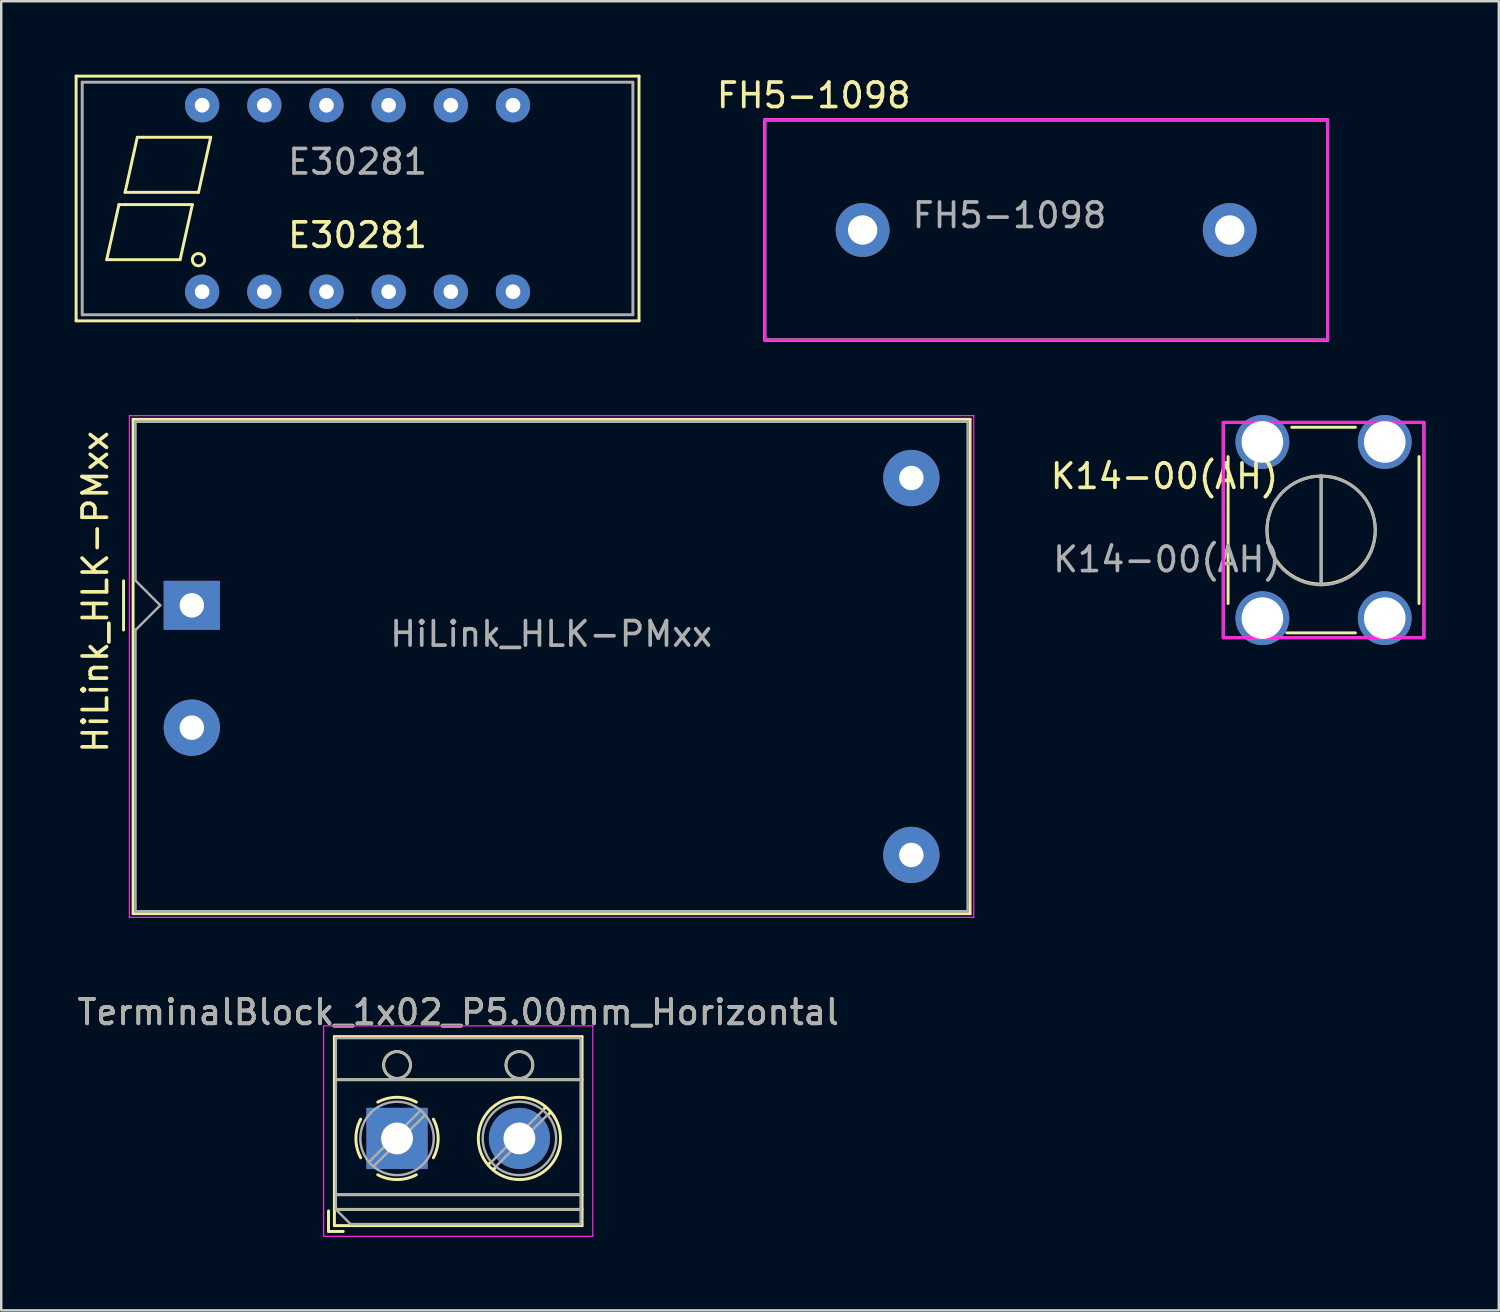
<source format=kicad_pcb>
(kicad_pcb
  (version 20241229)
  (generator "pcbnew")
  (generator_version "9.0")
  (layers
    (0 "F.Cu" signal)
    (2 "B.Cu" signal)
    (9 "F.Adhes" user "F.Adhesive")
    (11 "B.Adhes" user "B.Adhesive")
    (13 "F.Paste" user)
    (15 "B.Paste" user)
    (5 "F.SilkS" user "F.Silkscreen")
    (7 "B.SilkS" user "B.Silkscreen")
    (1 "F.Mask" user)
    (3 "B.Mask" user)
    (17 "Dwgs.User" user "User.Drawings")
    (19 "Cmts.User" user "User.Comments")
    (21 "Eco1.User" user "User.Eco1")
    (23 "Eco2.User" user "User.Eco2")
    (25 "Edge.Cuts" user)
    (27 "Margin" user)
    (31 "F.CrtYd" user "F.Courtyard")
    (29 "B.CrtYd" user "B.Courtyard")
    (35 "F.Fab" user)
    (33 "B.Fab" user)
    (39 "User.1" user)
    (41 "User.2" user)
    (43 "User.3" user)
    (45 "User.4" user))
  (footprint "FH5-1098"
    (layer "F.Cu")
    (at 34.197 4.348)
    (property "Reference" "FH5-1098" (at -4 -3.5 0) (layer "F.SilkS") (effects (font (size 1 1) (thickness 0.15))))
    (attr through_hole)
    (fp_line (start -6 -2.5) (end 17 -2.5) (stroke (width 0.12) (type solid)) (layer "F.SilkS"))
    (fp_line (start -6 6.5) (end -6 -2.5) (stroke (width 0.12) (type solid)) (layer "F.SilkS"))
    (fp_line (start 17 -2.5) (end 17 6.5) (stroke (width 0.12) (type solid)) (layer "F.SilkS"))
    (fp_line (start 17 6.5) (end -6 6.5) (stroke (width 0.12) (type solid)) (layer "F.SilkS"))
    (fp_line (start -6 -2.5) (end 17 -2.5) (stroke (width 0.12) (type solid)) (layer "F.CrtYd"))
    (fp_line (start -6 6.5) (end -6 -2.5) (stroke (width 0.12) (type solid)) (layer "F.CrtYd"))
    (fp_line (start 17 -2.5) (end 17 6.5) (stroke (width 0.12) (type solid)) (layer "F.CrtYd"))
    (fp_line (start 17 6.5) (end -6 6.5) (stroke (width 0.12) (type solid)) (layer "F.CrtYd"))
    (fp_line (start -6 -2.5) (end 17 -2.5) (stroke (width 0.12) (type solid)) (layer "F.Fab"))
    (fp_line (start -6 6.5) (end -6 -2.5) (stroke (width 0.12) (type solid)) (layer "F.Fab"))
    (fp_line (start 17 -2.5) (end 17 6.5) (stroke (width 0.12) (type solid)) (layer "F.Fab"))
    (fp_line (start 17 6.5) (end -6 6.5) (stroke (width 0.12) (type solid)) (layer "F.Fab"))
    (fp_text user "${REFERENCE}" (at 4 1.4 0) (layer "F.Fab") (effects (font (size 1 1) (thickness 0.15))))
    (pad "1" thru_hole circle (at -2 2) (size 2.2 2.2) (drill 1.2) (layers "*.Cu" "*.Mask"))
    (pad "2" thru_hole circle (at 13 2) (size 2.2 2.2) (drill 1.2) (layers "*.Cu" "*.Mask")))
  (footprint "HiLink_HLK-PMxx"
    (layer "F.Cu")
    (at 4.788 21.683)
    (property "Reference" "HiLink_HLK-PMxx" (at -3.94 -0.55 90) (layer "F.SilkS") (effects (font (size 1 1) (thickness 0.15))))
    (attr through_hole)
    (fp_line (start -2.79 -1) (end -2.79 1.01) (stroke (width 0.12) (type solid)) (layer "F.SilkS"))
    (fp_line (start -2.4 -7.6) (end -2.4 12.6) (stroke (width 0.12) (type solid)) (layer "F.SilkS"))
    (fp_line (start -2.4 12.6) (end 31.8 12.6) (stroke (width 0.12) (type solid)) (layer "F.SilkS"))
    (fp_line (start 31.8 -7.6) (end -2.4 -7.6) (stroke (width 0.12) (type solid)) (layer "F.SilkS"))
    (fp_line (start 31.8 12.6) (end 31.8 -7.6) (stroke (width 0.12) (type solid)) (layer "F.SilkS"))
    (fp_line (start -2.55 -7.75) (end -2.55 12.75) (stroke (width 0.05) (type solid)) (layer "F.CrtYd"))
    (fp_line (start -2.55 12.75) (end 31.95 12.75) (stroke (width 0.05) (type solid)) (layer "F.CrtYd"))
    (fp_line (start 31.95 -7.75) (end -2.55 -7.75) (stroke (width 0.05) (type solid)) (layer "F.CrtYd"))
    (fp_line (start 31.95 12.75) (end 31.95 -7.75) (stroke (width 0.05) (type solid)) (layer "F.CrtYd"))
    (fp_line (start -2.3 -7.5) (end 31.7 -7.5) (stroke (width 0.1) (type solid)) (layer "F.Fab"))
    (fp_line (start -2.3 -1) (end -2.3 -7.5) (stroke (width 0.1) (type solid)) (layer "F.Fab"))
    (fp_line (start -2.3 12.5) (end -2.3 0.99) (stroke (width 0.1) (type solid)) (layer "F.Fab"))
    (fp_line (start -2.3 12.5) (end 31.7 12.5) (stroke (width 0.1) (type solid)) (layer "F.Fab"))
    (fp_line (start -2.29 -1) (end -1.29 0) (stroke (width 0.1) (type solid)) (layer "F.Fab"))
    (fp_line (start -1.29 0) (end -2.29 1) (stroke (width 0.1) (type solid)) (layer "F.Fab"))
    (fp_line (start 31.7 12.5) (end 31.7 -7.5) (stroke (width 0.1) (type solid)) (layer "F.Fab"))
    (fp_text user "${REFERENCE}" (at 14.68 1.17 0) (layer "F.Fab") (effects (font (size 1 1) (thickness 0.15))))
    (pad "1" thru_hole rect (at 0 0) (size 2.3 2) (drill 1) (layers "*.Cu" "*.Mask"))
    (pad "2" thru_hole circle (at 0 5) (size 2.3 2.3) (drill 1) (layers "*.Cu" "*.Mask"))
    (pad "3" thru_hole circle (at 29.4 -5.2) (size 2.3 2.3) (drill 1) (layers "*.Cu" "*.Mask"))
    (pad "4" thru_hole circle (at 29.4 10.2) (size 2.3 2.3) (drill 1) (layers "*.Cu" "*.Mask")))
  (footprint "E30281"
    (layer "F.Cu")
    (at 11.56 5.06)
    (property "Reference" "E30281" (at 0 1.5 0) (layer "F.SilkS") (effects (font (size 1 1) (thickness 0.15))))
    (attr through_hole)
    (fp_line (start -11.5 -5) (end 11.5 -5) (stroke (width 0.12) (type solid)) (layer "F.SilkS"))
    (fp_line (start -11.5 5) (end -11.5 -5) (stroke (width 0.12) (type solid)) (layer "F.SilkS"))
    (fp_line (start -10.25 2.5) (end -9.75 0.25) (stroke (width 0.12) (type solid)) (layer "F.SilkS"))
    (fp_line (start -9.75 0.25) (end -9.5 0.25) (stroke (width 0.12) (type solid)) (layer "F.SilkS"))
    (fp_line (start -9.5 -0.25) (end -9 -2.5) (stroke (width 0.12) (type solid)) (layer "F.SilkS"))
    (fp_line (start -9.5 0.25) (end -6.75 0.25) (stroke (width 0.12) (type solid)) (layer "F.SilkS"))
    (fp_line (start -9 -2.5) (end -8.75 -2.5) (stroke (width 0.12) (type solid)) (layer "F.SilkS"))
    (fp_line (start -8.75 -2.5) (end -6 -2.5) (stroke (width 0.12) (type solid)) (layer "F.SilkS"))
    (fp_line (start -7.25 2.5) (end -10.25 2.5) (stroke (width 0.12) (type solid)) (layer "F.SilkS"))
    (fp_line (start -6.75 0.25) (end -7.25 2.5) (stroke (width 0.12) (type solid)) (layer "F.SilkS"))
    (fp_line (start -6.5 -0.25) (end -9.5 -0.25) (stroke (width 0.12) (type solid)) (layer "F.SilkS"))
    (fp_line (start -6 -2.5) (end -6.5 -0.25) (stroke (width 0.12) (type solid)) (layer "F.SilkS"))
    (fp_line (start 0 5) (end -11.5 5) (stroke (width 0.12) (type solid)) (layer "F.SilkS"))
    (fp_line (start 11.5 -5) (end 11.5 5) (stroke (width 0.12) (type solid)) (layer "F.SilkS"))
    (fp_line (start 11.5 5) (end 0 5) (stroke (width 0.12) (type solid)) (layer "F.SilkS"))
    (fp_circle (center -6.5 2.5) (end -6.25 2.5) (stroke (width 0.12) (type solid)) (fill no) (layer "F.SilkS"))
    (fp_line (start -11.25 -4.75) (end 11.25 -4.75) (stroke (width 0.12) (type solid)) (layer "F.Fab"))
    (fp_line (start -11.25 4.75) (end -11.25 -4.75) (stroke (width 0.12) (type solid)) (layer "F.Fab"))
    (fp_line (start 11.25 -4.75) (end 11.25 4.75) (stroke (width 0.12) (type solid)) (layer "F.Fab"))
    (fp_line (start 11.25 4.75) (end -11.25 4.75) (stroke (width 0.12) (type solid)) (layer "F.Fab"))
    (fp_text user "${REFERENCE}" (at 0 -1.5 0) (layer "F.Fab") (effects (font (size 1 1) (thickness 0.15))))
    (pad "1" thru_hole circle (at -6.35 3.81) (size 1.4 1.4) (drill 0.6) (layers "*.Cu" "*.Mask"))
    (pad "2" thru_hole circle (at -3.81 3.81) (size 1.4 1.4) (drill 0.6) (layers "*.Cu" "*.Mask"))
    (pad "3" thru_hole circle (at -1.27 3.81) (size 1.4 1.4) (drill 0.6) (layers "*.Cu" "*.Mask"))
    (pad "4" thru_hole circle (at 1.27 3.81) (size 1.4 1.4) (drill 0.6) (layers "*.Cu" "*.Mask"))
    (pad "5" thru_hole circle (at 3.81 3.81) (size 1.4 1.4) (drill 0.6) (layers "*.Cu" "*.Mask"))
    (pad "6" thru_hole circle (at 6.35 3.81) (size 1.4 1.4) (drill 0.6) (layers "*.Cu" "*.Mask"))
    (pad "7" thru_hole circle (at 6.35 -3.81) (size 1.4 1.4) (drill 0.6) (layers "*.Cu" "*.Mask"))
    (pad "8" thru_hole circle (at 3.81 -3.81) (size 1.4 1.4) (drill 0.6) (layers "*.Cu" "*.Mask"))
    (pad "9" thru_hole circle (at 1.27 -3.81) (size 1.4 1.4) (drill 0.6) (layers "*.Cu" "*.Mask"))
    (pad "10" thru_hole circle (at -1.27 -3.81) (size 1.4 1.4) (drill 0.6) (layers "*.Cu" "*.Mask"))
    (pad "11" thru_hole circle (at -3.81 -3.81) (size 1.4 1.4) (drill 0.6) (layers "*.Cu" "*.Mask"))
    (pad "12" thru_hole circle (at -6.35 -3.81) (size 1.4 1.4) (drill 0.6) (layers "*.Cu" "*.Mask")))
  (footprint "K14-00(AH)"
    (layer "F.Cu")
    (at 48.531 15.008)
    (property "Reference" "K14-00(AH)" (at -4 1.4 0) (layer "F.SilkS") (effects (font (size 1 1) (thickness 0.15))))
    (attr through_hole)
    (fp_line (start -1.4 0.6) (end -1.4 6.6) (stroke (width 0.12) (type solid)) (layer "F.SilkS"))
    (fp_line (start 1 7.8) (end 3.8 7.8) (stroke (width 0.12) (type solid)) (layer "F.SilkS"))
    (fp_line (start 1.2 -0.6) (end 3.8 -0.6) (stroke (width 0.12) (type solid)) (layer "F.SilkS"))
    (fp_line (start 2.4 1.391) (end 2.4 5.809) (stroke (width 0.12) (type solid)) (layer "F.SilkS"))
    (fp_line (start 6.4 6.6) (end 6.4 0.6) (stroke (width 0.12) (type solid)) (layer "F.SilkS"))
    (fp_circle (center 2.4 3.6) (end 2.6 1.4) (stroke (width 0.12) (type solid)) (fill no) (layer "F.SilkS"))
    (fp_line (start -1.6 -0.8) (end 6.6 -0.8) (stroke (width 0.12) (type solid)) (layer "F.CrtYd"))
    (fp_line (start -1.6 8) (end -1.6 -0.8) (stroke (width 0.12) (type solid)) (layer "F.CrtYd"))
    (fp_line (start 6.6 -0.8) (end 6.6 8) (stroke (width 0.12) (type solid)) (layer "F.CrtYd"))
    (fp_line (start 6.6 8) (end -1.6 8) (stroke (width 0.12) (type solid)) (layer "F.CrtYd"))
    (fp_line (start -1.6 -0.8) (end 6.6 -0.8) (stroke (width 0.12) (type solid)) (layer "F.Fab"))
    (fp_line (start -1.6 8) (end -1.6 -0.8) (stroke (width 0.12) (type solid)) (layer "F.Fab"))
    (fp_line (start 2.4 1.4) (end 2.4 5.841) (stroke (width 0.12) (type solid)) (layer "F.Fab"))
    (fp_line (start 6.6 -0.8) (end 6.6 8) (stroke (width 0.12) (type solid)) (layer "F.Fab"))
    (fp_line (start 6.6 8) (end -1.6 8) (stroke (width 0.12) (type solid)) (layer "F.Fab"))
    (fp_circle (center 2.4 3.62) (end 4.62 3.62) (stroke (width 0.12) (type solid)) (fill no) (layer "F.Fab"))
    (fp_text user "${REFERENCE}" (at -3.9 4.8 0) (layer "F.Fab") (effects (font (size 1 1) (thickness 0.15))))
    (pad "1" thru_hole circle (at 0 0) (size 2.2 2.2) (drill 1.7) (layers "*.Cu" "*.Mask"))
    (pad "1" thru_hole circle (at 0 7.2) (size 2.2 2.2) (drill 1.7) (layers "*.Cu" "*.Mask"))
    (pad "1" thru_hole circle (at 5 0) (size 2.2 2.2) (drill 1.7) (layers "*.Cu" "*.Mask"))
    (pad "1" thru_hole circle (at 5 7.2) (size 2.2 2.2) (drill 1.7) (layers "*.Cu" "*.Mask")))
  (footprint "TerminalBlock_1x02_P5.00mm_Horizontal"
    (layer "F.Cu")
    (at 13.173 43.467)
    (property "Reference" "TerminalBlock_1x02_P5.00mm_Horizontal" (at 2.5 -5.16 0) (layer "F.SilkS") (effects (font (size 1 1) (thickness 0.15))))
    (attr through_hole)
    (fp_line (start -2.8 2.96) (end -2.8 3.8) (stroke (width 0.12) (type solid)) (layer "F.SilkS"))
    (fp_line (start -2.8 3.8) (end -2.2 3.8) (stroke (width 0.12) (type solid)) (layer "F.SilkS"))
    (fp_line (start -2.56 -4.16) (end -2.56 3.561) (stroke (width 0.12) (type solid)) (layer "F.SilkS"))
    (fp_line (start -2.56 -4.16) (end 7.56 -4.16) (stroke (width 0.12) (type solid)) (layer "F.SilkS"))
    (fp_line (start -2.56 -2.4) (end 7.56 -2.4) (stroke (width 0.12) (type solid)) (layer "F.SilkS"))
    (fp_line (start -2.56 2.3) (end 7.56 2.3) (stroke (width 0.12) (type solid)) (layer "F.SilkS"))
    (fp_line (start -2.56 2.9) (end 7.56 2.9) (stroke (width 0.12) (type solid)) (layer "F.SilkS"))
    (fp_line (start -2.56 3.561) (end 7.56 3.561) (stroke (width 0.12) (type solid)) (layer "F.SilkS"))
    (fp_line (start 3.82 0.976) (end 3.726 1.069) (stroke (width 0.12) (type solid)) (layer "F.SilkS"))
    (fp_line (start 3.99 1.216) (end 3.931 1.274) (stroke (width 0.12) (type solid)) (layer "F.SilkS"))
    (fp_line (start 6.07 -1.275) (end 6.011 -1.216) (stroke (width 0.12) (type solid)) (layer "F.SilkS"))
    (fp_line (start 6.275 -1.069) (end 6.181 -0.976) (stroke (width 0.12) (type solid)) (layer "F.SilkS"))
    (fp_line (start 7.56 -4.16) (end 7.56 3.561) (stroke (width 0.12) (type solid)) (layer "F.SilkS"))
    (fp_arc (start -1.483953 0.789089) (mid -1.680708 0.00005) (end -1.484 -0.789) (stroke (width 0.12) (type solid)) (layer "F.SilkS"))
    (fp_arc (start -0.789089 -1.483953) (mid -0.00005 -1.680708) (end 0.789 -1.484) (stroke (width 0.12) (type solid)) (layer "F.SilkS"))
    (fp_arc (start 0.029383 1.68045) (mid -0.392304 1.634281) (end -0.789 1.484) (stroke (width 0.12) (type solid)) (layer "F.SilkS"))
    (fp_arc (start 0.788712 1.483352) (mid 0.406429 1.630097) (end 0 1.68) (stroke (width 0.12) (type solid)) (layer "F.SilkS"))
    (fp_arc (start 1.483953 -0.789089) (mid 1.680708 -0.00005) (end 1.484 0.789) (stroke (width 0.12) (type solid)) (layer "F.SilkS"))
    (fp_circle (center 0 -3) (end 0.55 -3) (stroke (width 0.12) (type solid)) (fill no) (layer "F.SilkS"))
    (fp_circle (center 5 -3) (end 5.55 -3) (stroke (width 0.12) (type solid)) (fill no) (layer "F.SilkS"))
    (fp_circle (center 5 0) (end 6.68 0) (stroke (width 0.12) (type solid)) (fill no) (layer "F.SilkS"))
    (fp_line (start -3 -4.6) (end -3 4) (stroke (width 0.05) (type solid)) (layer "F.CrtYd"))
    (fp_line (start -3 4) (end 8 4) (stroke (width 0.05) (type solid)) (layer "F.CrtYd"))
    (fp_line (start 8 -4.6) (end -3 -4.6) (stroke (width 0.05) (type solid)) (layer "F.CrtYd"))
    (fp_line (start 8 4) (end 8 -4.6) (stroke (width 0.05) (type solid)) (layer "F.CrtYd"))
    (fp_line (start -2.5 -4.1) (end 7.5 -4.1) (stroke (width 0.1) (type solid)) (layer "F.Fab"))
    (fp_line (start -2.5 -2.4) (end 7.5 -2.4) (stroke (width 0.1) (type solid)) (layer "F.Fab"))
    (fp_line (start -2.5 2.3) (end 7.5 2.3) (stroke (width 0.1) (type solid)) (layer "F.Fab"))
    (fp_line (start -2.5 2.9) (end -2.5 -4.1) (stroke (width 0.1) (type solid)) (layer "F.Fab"))
    (fp_line (start -2.5 2.9) (end 7.5 2.9) (stroke (width 0.1) (type solid)) (layer "F.Fab"))
    (fp_line (start -1.9 3.5) (end -2.5 2.9) (stroke (width 0.1) (type solid)) (layer "F.Fab"))
    (fp_line (start 0.955 -1.138) (end -1.138 0.955) (stroke (width 0.1) (type solid)) (layer "F.Fab"))
    (fp_line (start 1.138 -0.955) (end -0.955 1.138) (stroke (width 0.1) (type solid)) (layer "F.Fab"))
    (fp_line (start 5.955 -1.138) (end 3.863 0.955) (stroke (width 0.1) (type solid)) (layer "F.Fab"))
    (fp_line (start 6.138 -0.955) (end 4.046 1.138) (stroke (width 0.1) (type solid)) (layer "F.Fab"))
    (fp_line (start 7.5 -4.1) (end 7.5 3.5) (stroke (width 0.1) (type solid)) (layer "F.Fab"))
    (fp_line (start 7.5 3.5) (end -1.9 3.5) (stroke (width 0.1) (type solid)) (layer "F.Fab"))
    (fp_circle (center 0 -3) (end 0.55 -3) (stroke (width 0.1) (type solid)) (fill no) (layer "F.Fab"))
    (fp_circle (center 0 0) (end 1.5 0) (stroke (width 0.1) (type solid)) (fill no) (layer "F.Fab"))
    (fp_circle (center 5 -3) (end 5.55 -3) (stroke (width 0.1) (type solid)) (fill no) (layer "F.Fab"))
    (fp_circle (center 5 0) (end 6.5 0) (stroke (width 0.1) (type solid)) (fill no) (layer "F.Fab"))
    (fp_text user "${REFERENCE}" (at 2.5 -5.16 0) (layer "F.Fab") (effects (font (size 1 1) (thickness 0.15))))
    (pad "1" thru_hole rect (at 0 0) (size 2.5 2.5) (drill 1.3) (layers "*.Cu" "*.Mask"))
    (pad "2" thru_hole circle (at 5 0) (size 2.5 2.5) (drill 1.3) (layers "*.Cu" "*.Mask")))
  (gr_rect
    (start -3 -3)
    (end 58.191 50.492)
    (stroke (width 0.1) (type default))
    (fill no)
    (layer "Edge.Cuts")))
</source>
